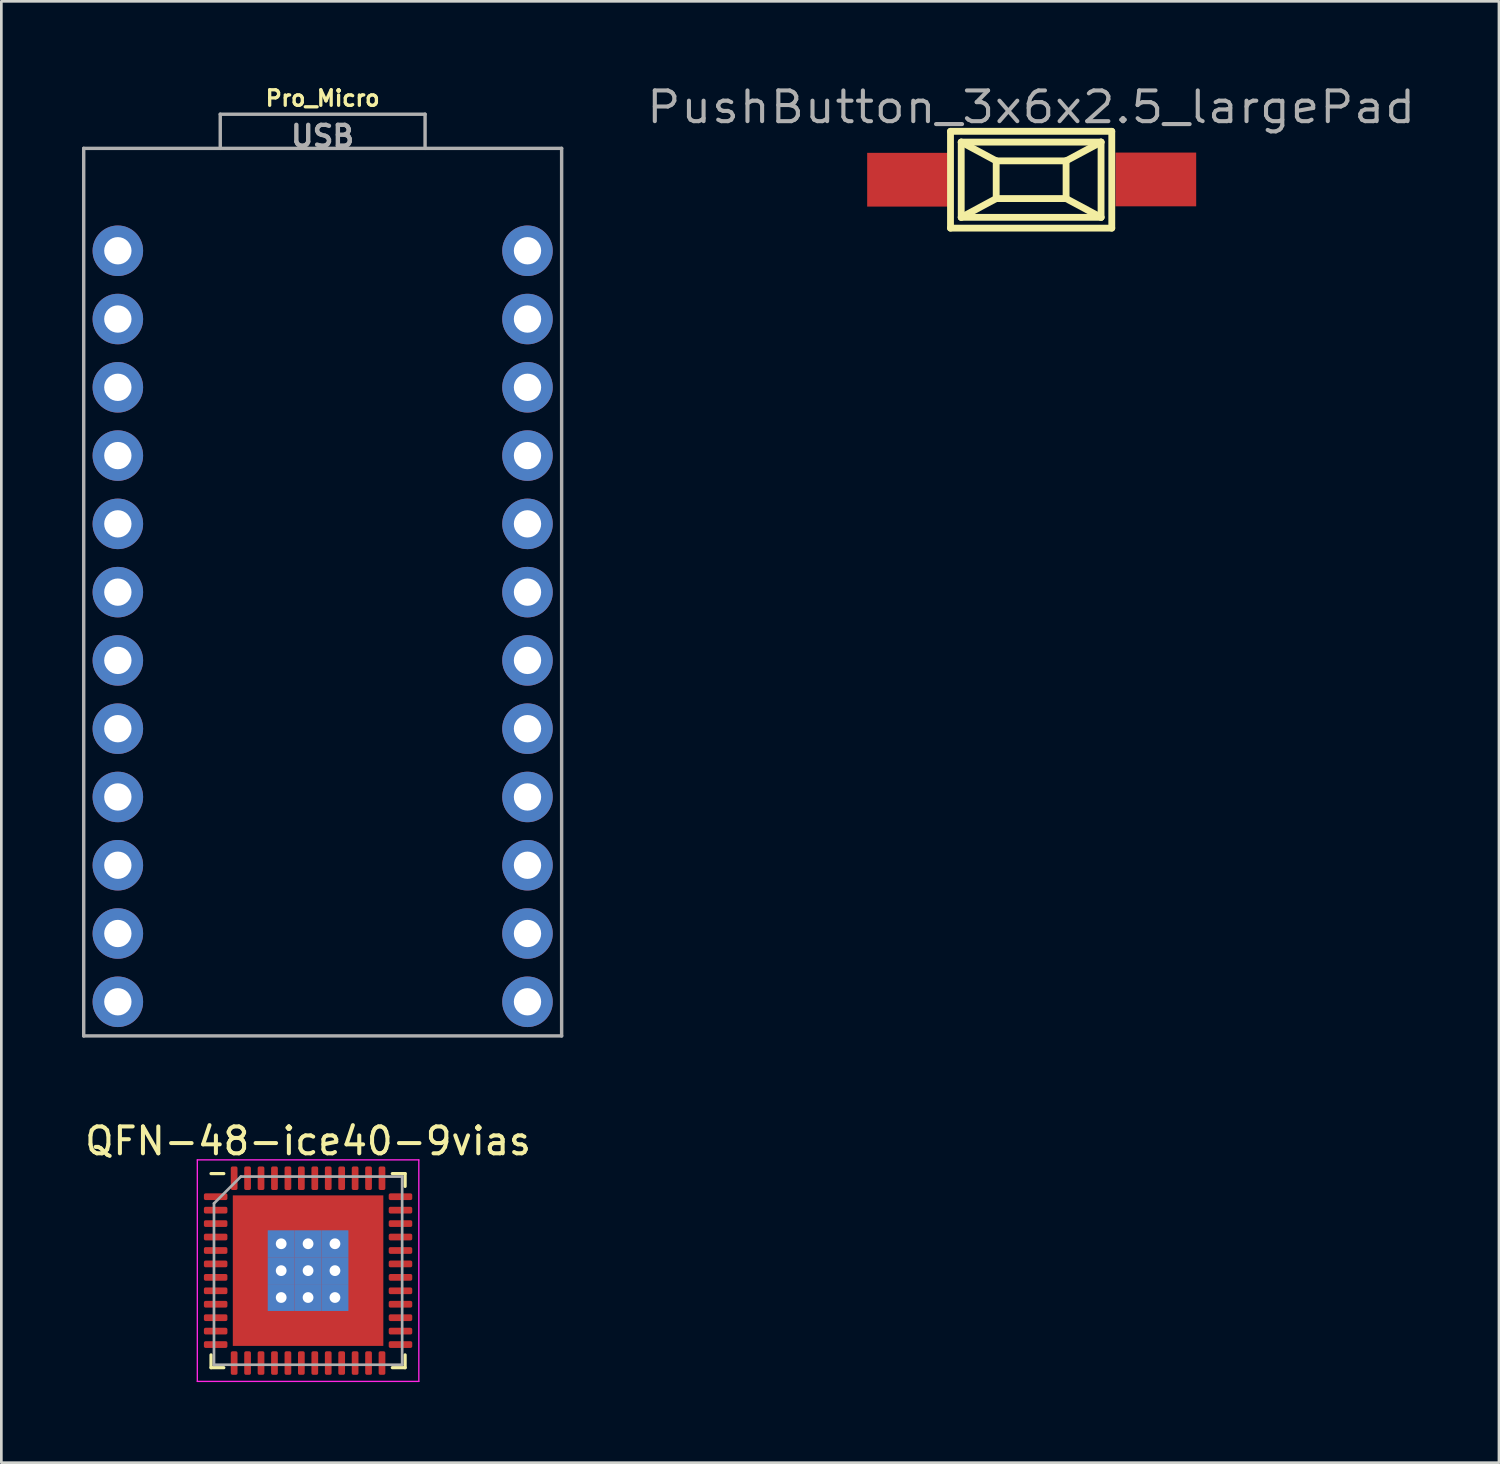
<source format=kicad_pcb>
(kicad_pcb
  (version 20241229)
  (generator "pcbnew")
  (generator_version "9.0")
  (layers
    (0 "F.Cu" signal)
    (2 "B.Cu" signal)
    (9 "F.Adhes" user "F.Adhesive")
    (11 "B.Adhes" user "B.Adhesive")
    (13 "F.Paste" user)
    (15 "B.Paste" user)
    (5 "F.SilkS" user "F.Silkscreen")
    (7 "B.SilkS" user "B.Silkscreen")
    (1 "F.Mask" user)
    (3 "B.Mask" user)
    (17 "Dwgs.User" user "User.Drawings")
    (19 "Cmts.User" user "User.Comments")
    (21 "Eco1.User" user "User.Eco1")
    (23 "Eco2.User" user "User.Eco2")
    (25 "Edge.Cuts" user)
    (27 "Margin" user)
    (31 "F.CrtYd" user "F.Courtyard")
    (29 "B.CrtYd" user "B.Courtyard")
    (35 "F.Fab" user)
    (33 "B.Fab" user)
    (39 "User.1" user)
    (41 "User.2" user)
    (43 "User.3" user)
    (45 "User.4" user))
  (footprint "Pro_Micro"
    (layer "F.Cu")
    (at 8.954 18.979)
    (property "Reference" "Pro_Micro" (at 0 -18.034 0) (layer "F.SilkS") (effects (font (size 0.579 0.579) (thickness 0.122)) (justify bottom)))
    (attr through_hole)
    (fp_line (start -8.89 -16.51) (end -8.89 16.51) (stroke (width 0.127) (type solid)) (layer "F.Fab"))
    (fp_line (start -8.89 16.51) (end 8.89 16.51) (stroke (width 0.127) (type solid)) (layer "F.Fab"))
    (fp_line (start -3.81 -17.78) (end 3.81 -17.78) (stroke (width 0.127) (type solid)) (layer "F.Fab"))
    (fp_line (start -3.81 -16.51) (end -3.81 -17.78) (stroke (width 0.127) (type solid)) (layer "F.Fab"))
    (fp_line (start 3.81 -17.78) (end 3.81 -16.51) (stroke (width 0.127) (type solid)) (layer "F.Fab"))
    (fp_line (start 8.89 -16.51) (end -8.89 -16.51) (stroke (width 0.127) (type solid)) (layer "F.Fab"))
    (fp_line (start 8.89 16.51) (end 8.89 -16.51) (stroke (width 0.127) (type solid)) (layer "F.Fab"))
    (fp_text user "USB" (at -1.27 -16.51 0) (layer "F.Fab") (effects (font (size 0.772 0.772) (thickness 0.163)) (justify left bottom)))
    (pad "1" thru_hole circle (at -7.62 -12.7) (size 1.88 1.88) (drill 1.016) (layers "*.Cu" "*.Mask"))
    (pad "2" thru_hole circle (at -7.62 -10.16) (size 1.88 1.88) (drill 1.016) (layers "*.Cu" "*.Mask"))
    (pad "3" thru_hole circle (at -7.62 -7.62) (size 1.88 1.88) (drill 1.016) (layers "*.Cu" "*.Mask"))
    (pad "4" thru_hole circle (at -7.62 -5.08) (size 1.88 1.88) (drill 1.016) (layers "*.Cu" "*.Mask"))
    (pad "5" thru_hole circle (at -7.62 -2.54) (size 1.88 1.88) (drill 1.016) (layers "*.Cu" "*.Mask"))
    (pad "6" thru_hole circle (at -7.62 0) (size 1.88 1.88) (drill 1.016) (layers "*.Cu" "*.Mask"))
    (pad "7" thru_hole circle (at -7.62 2.54) (size 1.88 1.88) (drill 1.016) (layers "*.Cu" "*.Mask"))
    (pad "8" thru_hole circle (at -7.62 5.08) (size 1.88 1.88) (drill 1.016) (layers "*.Cu" "*.Mask"))
    (pad "9" thru_hole circle (at -7.62 7.62) (size 1.88 1.88) (drill 1.016) (layers "*.Cu" "*.Mask"))
    (pad "10" thru_hole circle (at -7.62 10.16) (size 1.88 1.88) (drill 1.016) (layers "*.Cu" "*.Mask"))
    (pad "11" thru_hole circle (at -7.62 12.7) (size 1.88 1.88) (drill 1.016) (layers "*.Cu" "*.Mask"))
    (pad "12" thru_hole circle (at -7.62 15.24) (size 1.88 1.88) (drill 1.016) (layers "*.Cu" "*.Mask"))
    (pad "13" thru_hole circle (at 7.62 15.24) (size 1.88 1.88) (drill 1.016) (layers "*.Cu" "*.Mask"))
    (pad "14" thru_hole circle (at 7.62 12.7) (size 1.88 1.88) (drill 1.016) (layers "*.Cu" "*.Mask"))
    (pad "15" thru_hole circle (at 7.62 10.16) (size 1.88 1.88) (drill 1.016) (layers "*.Cu" "*.Mask"))
    (pad "16" thru_hole circle (at 7.62 7.62) (size 1.88 1.88) (drill 1.016) (layers "*.Cu" "*.Mask"))
    (pad "17" thru_hole circle (at 7.62 5.08) (size 1.88 1.88) (drill 1.016) (layers "*.Cu" "*.Mask"))
    (pad "18" thru_hole circle (at 7.62 2.54) (size 1.88 1.88) (drill 1.016) (layers "*.Cu" "*.Mask"))
    (pad "19" thru_hole circle (at 7.62 0) (size 1.88 1.88) (drill 1.016) (layers "*.Cu" "*.Mask"))
    (pad "20" thru_hole circle (at 7.62 -2.54) (size 1.88 1.88) (drill 1.016) (layers "*.Cu" "*.Mask"))
    (pad "21" thru_hole circle (at 7.62 -5.08) (size 1.88 1.88) (drill 1.016) (layers "*.Cu" "*.Mask"))
    (pad "22" thru_hole circle (at 7.62 -7.62) (size 1.88 1.88) (drill 1.016) (layers "*.Cu" "*.Mask"))
    (pad "23" thru_hole circle (at 7.62 -10.16) (size 1.88 1.88) (drill 1.016) (layers "*.Cu" "*.Mask"))
    (pad "24" thru_hole circle (at 7.62 -12.7) (size 1.88 1.88) (drill 1.016) (layers "*.Cu" "*.Mask")))
  (footprint "QFN-48-ice40-9vias"
    (layer "F.Cu")
    (at 8.411 44.221)
    (property "Reference" "QFN-48-ice40-9vias" (at 0 -4.82 0) (layer "F.SilkS") (effects (font (size 1 1) (thickness 0.15))))
    (attr smd)
    (fp_line (start -3.61 3.61) (end -3.61 3.135) (stroke (width 0.12) (type solid)) (layer "F.SilkS"))
    (fp_line (start -3.135 -3.61) (end -3.61 -3.61) (stroke (width 0.12) (type solid)) (layer "F.SilkS"))
    (fp_line (start -3.135 3.61) (end -3.61 3.61) (stroke (width 0.12) (type solid)) (layer "F.SilkS"))
    (fp_line (start 3.135 -3.61) (end 3.61 -3.61) (stroke (width 0.12) (type solid)) (layer "F.SilkS"))
    (fp_line (start 3.135 3.61) (end 3.61 3.61) (stroke (width 0.12) (type solid)) (layer "F.SilkS"))
    (fp_line (start 3.61 -3.61) (end 3.61 -3.135) (stroke (width 0.12) (type solid)) (layer "F.SilkS"))
    (fp_line (start 3.61 3.61) (end 3.61 3.135) (stroke (width 0.12) (type solid)) (layer "F.SilkS"))
    (fp_line (start -4.12 -4.12) (end -4.12 4.12) (stroke (width 0.05) (type solid)) (layer "F.CrtYd"))
    (fp_line (start -4.12 4.12) (end 4.12 4.12) (stroke (width 0.05) (type solid)) (layer "F.CrtYd"))
    (fp_line (start 4.12 -4.12) (end -4.12 -4.12) (stroke (width 0.05) (type solid)) (layer "F.CrtYd"))
    (fp_line (start 4.12 4.12) (end 4.12 -4.12) (stroke (width 0.05) (type solid)) (layer "F.CrtYd"))
    (fp_line (start -3.5 -2.5) (end -2.5 -3.5) (stroke (width 0.1) (type solid)) (layer "F.Fab"))
    (fp_line (start -3.5 3.5) (end -3.5 -2.5) (stroke (width 0.1) (type solid)) (layer "F.Fab"))
    (fp_line (start -2.5 -3.5) (end 3.5 -3.5) (stroke (width 0.1) (type solid)) (layer "F.Fab"))
    (fp_line (start 3.5 -3.5) (end 3.5 3.5) (stroke (width 0.1) (type solid)) (layer "F.Fab"))
    (fp_line (start 3.5 3.5) (end -3.5 3.5) (stroke (width 0.1) (type solid)) (layer "F.Fab"))
    (pad "" smd roundrect (at -2.1 -2.1) (size 1.13 1.13) (layers "F.Paste") (roundrect_rratio 0.221))
    (pad "" smd roundrect (at -2.1 -0.7) (size 1.13 1.13) (layers "F.Paste") (roundrect_rratio 0.221))
    (pad "" smd roundrect (at -2.1 0.7) (size 1.13 1.13) (layers "F.Paste") (roundrect_rratio 0.221))
    (pad "" smd roundrect (at -2.1 2.1) (size 1.13 1.13) (layers "F.Paste") (roundrect_rratio 0.221))
    (pad "" smd roundrect (at -0.7 -2.1) (size 1.13 1.13) (layers "F.Paste") (roundrect_rratio 0.221))
    (pad "" smd roundrect (at -0.7 2.1) (size 1.13 1.13) (layers "F.Paste") (roundrect_rratio 0.221))
    (pad "" smd roundrect (at 0.7 -2.1) (size 1.13 1.13) (layers "F.Paste") (roundrect_rratio 0.221))
    (pad "" smd roundrect (at 0.7 2.1) (size 1.13 1.13) (layers "F.Paste") (roundrect_rratio 0.221))
    (pad "" smd roundrect (at 2.1 -2.1) (size 1.13 1.13) (layers "F.Paste") (roundrect_rratio 0.221))
    (pad "" smd roundrect (at 2.1 -0.7) (size 1.13 1.13) (layers "F.Paste") (roundrect_rratio 0.221))
    (pad "" smd roundrect (at 2.1 0.7) (size 1.13 1.13) (layers "F.Paste") (roundrect_rratio 0.221))
    (pad "" smd roundrect (at 2.1 2.1) (size 1.13 1.13) (layers "F.Paste") (roundrect_rratio 0.221))
    (pad "1" smd roundrect (at -3.438 -2.75) (size 0.875 0.25) (layers "F.Cu" "F.Mask" "F.Paste") (roundrect_rratio 0.25))
    (pad "2" smd roundrect (at -3.438 -2.25) (size 0.875 0.25) (layers "F.Cu" "F.Mask" "F.Paste") (roundrect_rratio 0.25))
    (pad "3" smd roundrect (at -3.438 -1.75) (size 0.875 0.25) (layers "F.Cu" "F.Mask" "F.Paste") (roundrect_rratio 0.25))
    (pad "4" smd roundrect (at -3.438 -1.25) (size 0.875 0.25) (layers "F.Cu" "F.Mask" "F.Paste") (roundrect_rratio 0.25))
    (pad "5" smd roundrect (at -3.438 -0.75) (size 0.875 0.25) (layers "F.Cu" "F.Mask" "F.Paste") (roundrect_rratio 0.25))
    (pad "6" smd roundrect (at -3.438 -0.25) (size 0.875 0.25) (layers "F.Cu" "F.Mask" "F.Paste") (roundrect_rratio 0.25))
    (pad "7" smd roundrect (at -3.438 0.25) (size 0.875 0.25) (layers "F.Cu" "F.Mask" "F.Paste") (roundrect_rratio 0.25))
    (pad "8" smd roundrect (at -3.438 0.75) (size 0.875 0.25) (layers "F.Cu" "F.Mask" "F.Paste") (roundrect_rratio 0.25))
    (pad "9" smd roundrect (at -3.438 1.25) (size 0.875 0.25) (layers "F.Cu" "F.Mask" "F.Paste") (roundrect_rratio 0.25))
    (pad "10" smd roundrect (at -3.438 1.75) (size 0.875 0.25) (layers "F.Cu" "F.Mask" "F.Paste") (roundrect_rratio 0.25))
    (pad "11" smd roundrect (at -3.438 2.25) (size 0.875 0.25) (layers "F.Cu" "F.Mask" "F.Paste") (roundrect_rratio 0.25))
    (pad "12" smd roundrect (at -3.438 2.75) (size 0.875 0.25) (layers "F.Cu" "F.Mask" "F.Paste") (roundrect_rratio 0.25))
    (pad "13" smd roundrect (at -2.75 3.438) (size 0.25 0.875) (layers "F.Cu" "F.Mask" "F.Paste") (roundrect_rratio 0.25))
    (pad "14" smd roundrect (at -2.25 3.438) (size 0.25 0.875) (layers "F.Cu" "F.Mask" "F.Paste") (roundrect_rratio 0.25))
    (pad "15" smd roundrect (at -1.75 3.438) (size 0.25 0.875) (layers "F.Cu" "F.Mask" "F.Paste") (roundrect_rratio 0.25))
    (pad "16" smd roundrect (at -1.25 3.438) (size 0.25 0.875) (layers "F.Cu" "F.Mask" "F.Paste") (roundrect_rratio 0.25))
    (pad "17" smd roundrect (at -0.75 3.438) (size 0.25 0.875) (layers "F.Cu" "F.Mask" "F.Paste") (roundrect_rratio 0.25))
    (pad "18" smd roundrect (at -0.25 3.438) (size 0.25 0.875) (layers "F.Cu" "F.Mask" "F.Paste") (roundrect_rratio 0.25))
    (pad "19" smd roundrect (at 0.25 3.438) (size 0.25 0.875) (layers "F.Cu" "F.Mask" "F.Paste") (roundrect_rratio 0.25))
    (pad "20" smd roundrect (at 0.75 3.438) (size 0.25 0.875) (layers "F.Cu" "F.Mask" "F.Paste") (roundrect_rratio 0.25))
    (pad "21" smd roundrect (at 1.25 3.438) (size 0.25 0.875) (layers "F.Cu" "F.Mask" "F.Paste") (roundrect_rratio 0.25))
    (pad "22" smd roundrect (at 1.75 3.438) (size 0.25 0.875) (layers "F.Cu" "F.Mask" "F.Paste") (roundrect_rratio 0.25))
    (pad "23" smd roundrect (at 2.25 3.438) (size 0.25 0.875) (layers "F.Cu" "F.Mask" "F.Paste") (roundrect_rratio 0.25))
    (pad "24" smd roundrect (at 2.75 3.438) (size 0.25 0.875) (layers "F.Cu" "F.Mask" "F.Paste") (roundrect_rratio 0.25))
    (pad "25" smd roundrect (at 3.438 2.75) (size 0.875 0.25) (layers "F.Cu" "F.Mask" "F.Paste") (roundrect_rratio 0.25))
    (pad "26" smd roundrect (at 3.438 2.25) (size 0.875 0.25) (layers "F.Cu" "F.Mask" "F.Paste") (roundrect_rratio 0.25))
    (pad "27" smd roundrect (at 3.438 1.75) (size 0.875 0.25) (layers "F.Cu" "F.Mask" "F.Paste") (roundrect_rratio 0.25))
    (pad "28" smd roundrect (at 3.438 1.25) (size 0.875 0.25) (layers "F.Cu" "F.Mask" "F.Paste") (roundrect_rratio 0.25))
    (pad "29" smd roundrect (at 3.438 0.75) (size 0.875 0.25) (layers "F.Cu" "F.Mask" "F.Paste") (roundrect_rratio 0.25))
    (pad "30" smd roundrect (at 3.438 0.25) (size 0.875 0.25) (layers "F.Cu" "F.Mask" "F.Paste") (roundrect_rratio 0.25))
    (pad "31" smd roundrect (at 3.438 -0.25) (size 0.875 0.25) (layers "F.Cu" "F.Mask" "F.Paste") (roundrect_rratio 0.25))
    (pad "32" smd roundrect (at 3.438 -0.75) (size 0.875 0.25) (layers "F.Cu" "F.Mask" "F.Paste") (roundrect_rratio 0.25))
    (pad "33" smd roundrect (at 3.438 -1.25) (size 0.875 0.25) (layers "F.Cu" "F.Mask" "F.Paste") (roundrect_rratio 0.25))
    (pad "34" smd roundrect (at 3.438 -1.75) (size 0.875 0.25) (layers "F.Cu" "F.Mask" "F.Paste") (roundrect_rratio 0.25))
    (pad "35" smd roundrect (at 3.438 -2.25) (size 0.875 0.25) (layers "F.Cu" "F.Mask" "F.Paste") (roundrect_rratio 0.25))
    (pad "36" smd roundrect (at 3.438 -2.75) (size 0.875 0.25) (layers "F.Cu" "F.Mask" "F.Paste") (roundrect_rratio 0.25))
    (pad "37" smd roundrect (at 2.75 -3.438) (size 0.25 0.875) (layers "F.Cu" "F.Mask" "F.Paste") (roundrect_rratio 0.25))
    (pad "38" smd roundrect (at 2.25 -3.438) (size 0.25 0.875) (layers "F.Cu" "F.Mask" "F.Paste") (roundrect_rratio 0.25))
    (pad "39" smd roundrect (at 1.75 -3.438) (size 0.25 0.875) (layers "F.Cu" "F.Mask" "F.Paste") (roundrect_rratio 0.25))
    (pad "40" smd roundrect (at 1.25 -3.438) (size 0.25 0.875) (layers "F.Cu" "F.Mask" "F.Paste") (roundrect_rratio 0.25))
    (pad "41" smd roundrect (at 0.75 -3.438) (size 0.25 0.875) (layers "F.Cu" "F.Mask" "F.Paste") (roundrect_rratio 0.25))
    (pad "42" smd roundrect (at 0.25 -3.438) (size 0.25 0.875) (layers "F.Cu" "F.Mask" "F.Paste") (roundrect_rratio 0.25))
    (pad "43" smd roundrect (at -0.25 -3.438) (size 0.25 0.875) (layers "F.Cu" "F.Mask" "F.Paste") (roundrect_rratio 0.25))
    (pad "44" smd roundrect (at -0.75 -3.438) (size 0.25 0.875) (layers "F.Cu" "F.Mask" "F.Paste") (roundrect_rratio 0.25))
    (pad "45" smd roundrect (at -1.25 -3.438) (size 0.25 0.875) (layers "F.Cu" "F.Mask" "F.Paste") (roundrect_rratio 0.25))
    (pad "46" smd roundrect (at -1.75 -3.438) (size 0.25 0.875) (layers "F.Cu" "F.Mask" "F.Paste") (roundrect_rratio 0.25))
    (pad "47" smd roundrect (at -2.25 -3.438) (size 0.25 0.875) (layers "F.Cu" "F.Mask" "F.Paste") (roundrect_rratio 0.25))
    (pad "48" smd roundrect (at -2.75 -3.438) (size 0.25 0.875) (layers "F.Cu" "F.Mask" "F.Paste") (roundrect_rratio 0.25))
    (pad "49" thru_hole rect (at -1 -1 90) (size 1 1) (drill 0.4) (layers "*.Cu" "*.Mask"))
    (pad "49" thru_hole rect (at -1 0 90) (size 1 1) (drill 0.4) (layers "*.Cu" "*.Mask"))
    (pad "49" thru_hole rect (at -1 1 90) (size 1 1) (drill 0.4) (layers "*.Cu" "*.Mask"))
    (pad "49" thru_hole rect (at 0 -1 90) (size 1 1) (drill 0.4) (layers "*.Cu" "*.Mask"))
    (pad "49" thru_hole rect (at 0 0 90) (size 1 1) (drill 0.4) (layers "*.Cu" "*.Mask"))
    (pad "49" smd rect (at 0 0) (size 5.6 5.6) (layers "F.Cu" "F.Mask"))
    (pad "49" thru_hole rect (at 0 1 90) (size 1 1) (drill 0.4) (layers "*.Cu" "*.Mask"))
    (pad "49" thru_hole rect (at 1 -1 90) (size 1 1) (drill 0.4) (layers "*.Cu" "*.Mask"))
    (pad "49" thru_hole rect (at 1 0 90) (size 1 1) (drill 0.4) (layers "*.Cu" "*.Mask"))
    (pad "49" thru_hole rect (at 1 1 90) (size 1 1) (drill 0.4) (layers "*.Cu" "*.Mask")))
  (footprint "PushButton_3x6x2.5_largePad"
    (layer "F.Cu")
    (at 35.311 3.636)
    (property "Reference" "PushButton_3x6x2.5_largePad" (at 0 -2.7 0) (layer "F.Fab") (effects (font (size 1.143 1.27) (thickness 0.152))))
    (attr through_hole)
    (fp_line (start -3 -1.801) (end 3 -1.801) (stroke (width 0.254) (type solid)) (layer "F.SilkS"))
    (fp_line (start -3 1.801) (end -3 -1.801) (stroke (width 0.254) (type solid)) (layer "F.SilkS"))
    (fp_line (start -2.601 -1.4) (end -1.3 -0.701) (stroke (width 0.254) (type solid)) (layer "F.SilkS"))
    (fp_line (start -2.601 -1.4) (end 2.601 -1.4) (stroke (width 0.254) (type solid)) (layer "F.SilkS"))
    (fp_line (start -2.601 1.4) (end -2.601 -1.4) (stroke (width 0.254) (type solid)) (layer "F.SilkS"))
    (fp_line (start -1.3 -0.701) (end 1.3 -0.701) (stroke (width 0.254) (type solid)) (layer "F.SilkS"))
    (fp_line (start -1.3 0.701) (end -2.601 1.4) (stroke (width 0.254) (type solid)) (layer "F.SilkS"))
    (fp_line (start -1.3 0.701) (end -1.3 -0.701) (stroke (width 0.254) (type solid)) (layer "F.SilkS"))
    (fp_line (start 1.3 -0.701) (end 1.3 0.701) (stroke (width 0.254) (type solid)) (layer "F.SilkS"))
    (fp_line (start 1.3 -0.701) (end 2.601 -1.4) (stroke (width 0.254) (type solid)) (layer "F.SilkS"))
    (fp_line (start 1.3 0.701) (end -1.3 0.701) (stroke (width 0.254) (type solid)) (layer "F.SilkS"))
    (fp_line (start 1.3 0.701) (end 2.601 1.4) (stroke (width 0.254) (type solid)) (layer "F.SilkS"))
    (fp_line (start 2.601 -1.4) (end 2.601 1.4) (stroke (width 0.254) (type solid)) (layer "F.SilkS"))
    (fp_line (start 2.601 1.4) (end -2.601 1.4) (stroke (width 0.254) (type solid)) (layer "F.SilkS"))
    (fp_line (start 3 -1.801) (end 3 1.801) (stroke (width 0.254) (type solid)) (layer "F.SilkS"))
    (fp_line (start 3 1.801) (end -3 1.801) (stroke (width 0.254) (type solid)) (layer "F.SilkS"))
    (pad "1" smd rect (at -4.6 0) (size 3 2) (layers "F.Cu" "F.Mask" "F.Paste"))
    (pad "2" smd rect (at 4.64 -0.01) (size 3 2) (layers "F.Cu" "F.Mask" "F.Paste")))
  (gr_rect
    (start -3 -3)
    (end 52.715 51.366)
    (stroke (width 0.1) (type default))
    (fill no)
    (layer "Edge.Cuts")))
</source>
